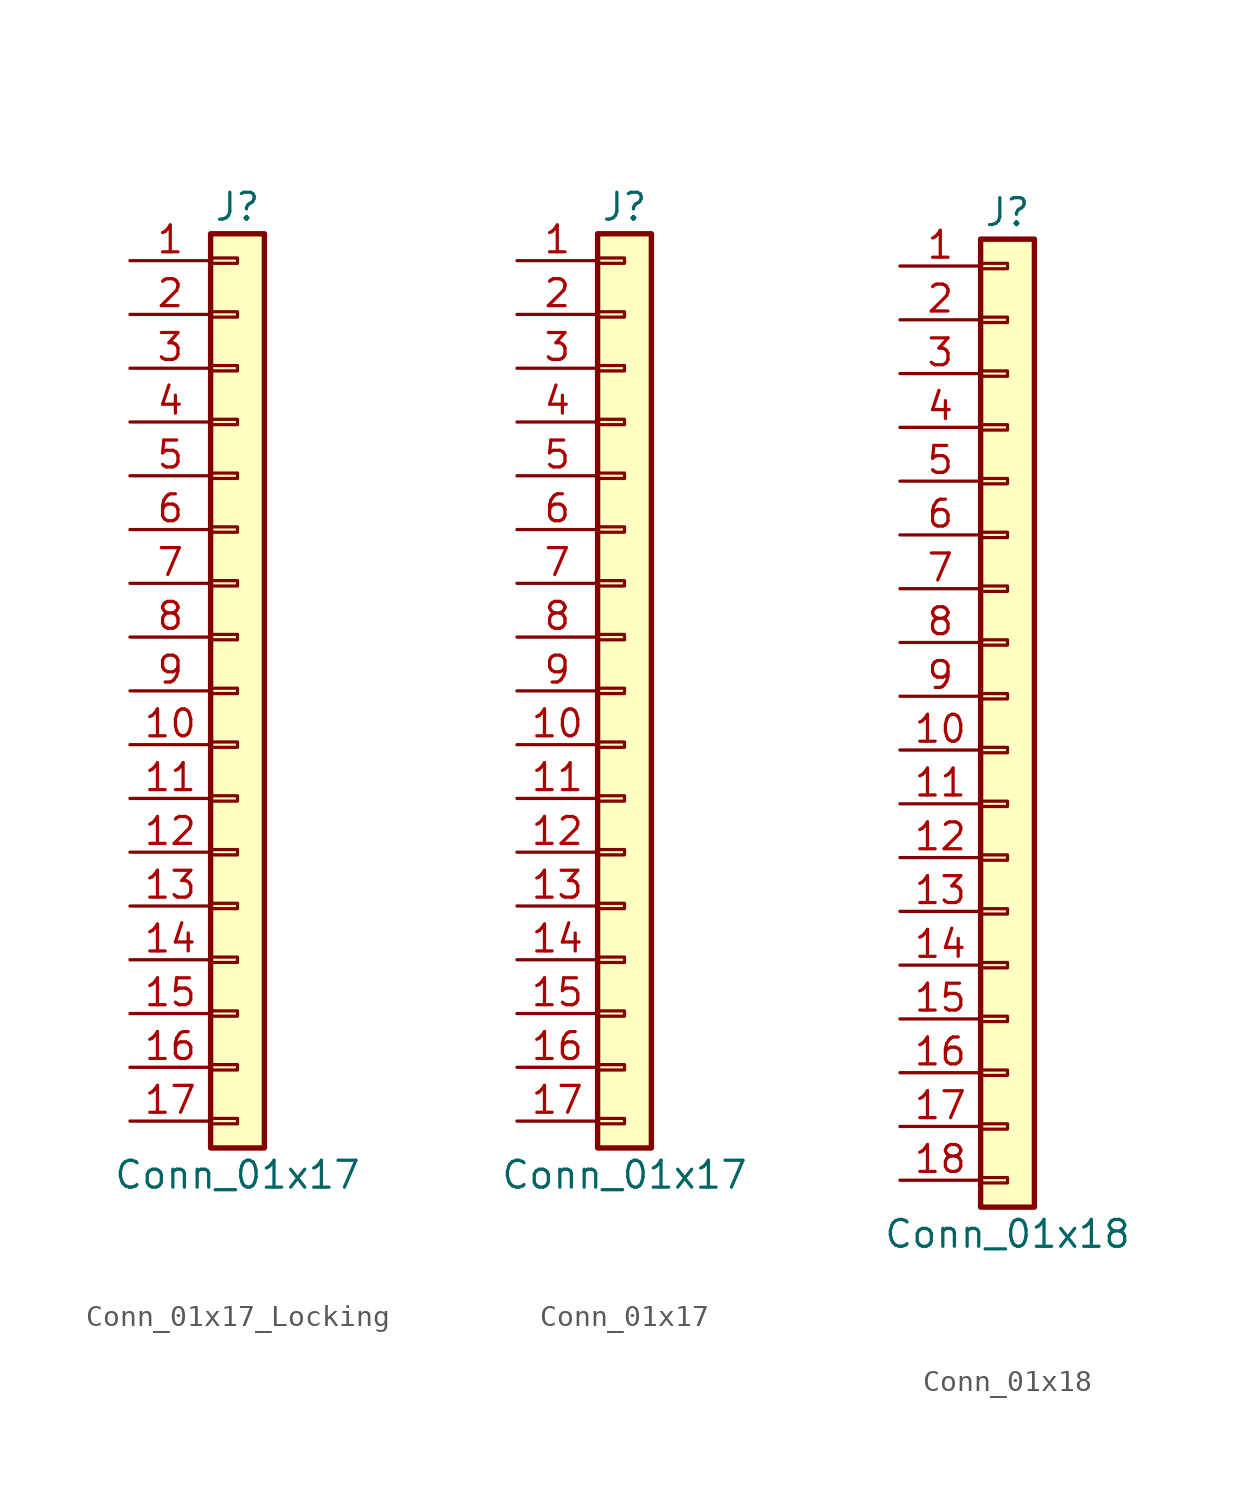
<source format=kicad_sym>
(kicad_symbol_lib
  (version 20241209)
  (generator "kicad_symbol_editor")
  (generator_version "9.0")
  (symbol "Conn_01x17_Locking"
    (pin_names
      (offset 1.016)
      (hide yes))
    (property "Reference" "J"
      (at 0 22.86 0)
      (effects (font (size 1.27 1.27))))
    (property "Value" "Conn_01x17"
      (at 0 -22.86 0)
      (effects (font (size 1.27 1.27))))
    (symbol "Conn_01x17_Locking_1_1"
      (rectangle (start -1.27 21.59) (end 1.27 -21.59) (stroke (width 0.254) (type default)) (fill (type background)))
      (rectangle (start -1.27 20.447) (end 0 20.193) (stroke (width 0.152) (type default)) (fill (type none)))
      (rectangle (start -1.27 17.907) (end 0 17.653) (stroke (width 0.152) (type default)) (fill (type none)))
      (rectangle (start -1.27 15.367) (end 0 15.113) (stroke (width 0.152) (type default)) (fill (type none)))
      (rectangle (start -1.27 12.827) (end 0 12.573) (stroke (width 0.152) (type default)) (fill (type none)))
      (rectangle (start -1.27 10.287) (end 0 10.033) (stroke (width 0.152) (type default)) (fill (type none)))
      (rectangle (start -1.27 7.747) (end 0 7.493) (stroke (width 0.152) (type default)) (fill (type none)))
      (rectangle (start -1.27 5.207) (end 0 4.953) (stroke (width 0.152) (type default)) (fill (type none)))
      (rectangle (start -1.27 2.667) (end 0 2.413) (stroke (width 0.152) (type default)) (fill (type none)))
      (rectangle (start -1.27 0.127) (end 0 -0.127) (stroke (width 0.152) (type default)) (fill (type none)))
      (rectangle (start -1.27 -2.413) (end 0 -2.667) (stroke (width 0.152) (type default)) (fill (type none)))
      (rectangle (start -1.27 -4.953) (end 0 -5.207) (stroke (width 0.152) (type default)) (fill (type none)))
      (rectangle (start -1.27 -7.493) (end 0 -7.747) (stroke (width 0.152) (type default)) (fill (type none)))
      (rectangle (start -1.27 -10.033) (end 0 -10.287) (stroke (width 0.152) (type default)) (fill (type none)))
      (rectangle (start -1.27 -12.573) (end 0 -12.827) (stroke (width 0.152) (type default)) (fill (type none)))
      (rectangle (start -1.27 -15.113) (end 0 -15.367) (stroke (width 0.152) (type default)) (fill (type none)))
      (rectangle (start -1.27 -17.653) (end 0 -17.907) (stroke (width 0.152) (type default)) (fill (type none)))
      (rectangle (start -1.27 -20.193) (end 0 -20.447) (stroke (width 0.152) (type default)) (fill (type none)))
      (pin passive line (at -5.08 20.32 0) (length 3.81) (name "Pin_1" (effects (font (size 1.27 1.27)))) (number "1" (effects (font (size 1.27 1.27)))))
      (pin passive line (at -5.08 17.78 0) (length 3.81) (name "Pin_2" (effects (font (size 1.27 1.27)))) (number "2" (effects (font (size 1.27 1.27)))))
      (pin passive line (at -5.08 15.24 0) (length 3.81) (name "Pin_3" (effects (font (size 1.27 1.27)))) (number "3" (effects (font (size 1.27 1.27)))))
      (pin passive line (at -5.08 12.7 0) (length 3.81) (name "Pin_4" (effects (font (size 1.27 1.27)))) (number "4" (effects (font (size 1.27 1.27)))))
      (pin passive line (at -5.08 10.16 0) (length 3.81) (name "Pin_5" (effects (font (size 1.27 1.27)))) (number "5" (effects (font (size 1.27 1.27)))))
      (pin passive line (at -5.08 7.62 0) (length 3.81) (name "Pin_6" (effects (font (size 1.27 1.27)))) (number "6" (effects (font (size 1.27 1.27)))))
      (pin passive line (at -5.08 5.08 0) (length 3.81) (name "Pin_7" (effects (font (size 1.27 1.27)))) (number "7" (effects (font (size 1.27 1.27)))))
      (pin passive line (at -5.08 2.54 0) (length 3.81) (name "Pin_8" (effects (font (size 1.27 1.27)))) (number "8" (effects (font (size 1.27 1.27)))))
      (pin passive line (at -5.08 0 0) (length 3.81) (name "Pin_9" (effects (font (size 1.27 1.27)))) (number "9" (effects (font (size 1.27 1.27)))))
      (pin passive line (at -5.08 -2.54 0) (length 3.81) (name "Pin_10" (effects (font (size 1.27 1.27)))) (number "10" (effects (font (size 1.27 1.27)))))
      (pin passive line (at -5.08 -5.08 0) (length 3.81) (name "Pin_11" (effects (font (size 1.27 1.27)))) (number "11" (effects (font (size 1.27 1.27)))))
      (pin passive line (at -5.08 -7.62 0) (length 3.81) (name "Pin_12" (effects (font (size 1.27 1.27)))) (number "12" (effects (font (size 1.27 1.27)))))
      (pin passive line (at -5.08 -10.16 0) (length 3.81) (name "Pin_13" (effects (font (size 1.27 1.27)))) (number "13" (effects (font (size 1.27 1.27)))))
      (pin passive line (at -5.08 -12.7 0) (length 3.81) (name "Pin_14" (effects (font (size 1.27 1.27)))) (number "14" (effects (font (size 1.27 1.27)))))
      (pin passive line (at -5.08 -15.24 0) (length 3.81) (name "Pin_15" (effects (font (size 1.27 1.27)))) (number "15" (effects (font (size 1.27 1.27)))))
      (pin passive line (at -5.08 -17.78 0) (length 3.81) (name "Pin_16" (effects (font (size 1.27 1.27)))) (number "16" (effects (font (size 1.27 1.27)))))
      (pin passive line (at -5.08 -20.32 0) (length 3.81) (name "Pin_17" (effects (font (size 1.27 1.27)))) (number "17" (effects (font (size 1.27 1.27)))))))
  (symbol "Conn_01x17"
    (pin_names
      (offset 1.016)
      (hide yes))
    (property "Reference" "J"
      (at 0 22.86 0)
      (effects (font (size 1.27 1.27))))
    (property "Value" "Conn_01x17"
      (at 0 -22.86 0)
      (effects (font (size 1.27 1.27))))
    (symbol "Conn_01x17_1_1"
      (rectangle (start -1.27 21.59) (end 1.27 -21.59) (stroke (width 0.254) (type default)) (fill (type background)))
      (rectangle (start -1.27 20.447) (end 0 20.193) (stroke (width 0.152) (type default)) (fill (type none)))
      (rectangle (start -1.27 17.907) (end 0 17.653) (stroke (width 0.152) (type default)) (fill (type none)))
      (rectangle (start -1.27 15.367) (end 0 15.113) (stroke (width 0.152) (type default)) (fill (type none)))
      (rectangle (start -1.27 12.827) (end 0 12.573) (stroke (width 0.152) (type default)) (fill (type none)))
      (rectangle (start -1.27 10.287) (end 0 10.033) (stroke (width 0.152) (type default)) (fill (type none)))
      (rectangle (start -1.27 7.747) (end 0 7.493) (stroke (width 0.152) (type default)) (fill (type none)))
      (rectangle (start -1.27 5.207) (end 0 4.953) (stroke (width 0.152) (type default)) (fill (type none)))
      (rectangle (start -1.27 2.667) (end 0 2.413) (stroke (width 0.152) (type default)) (fill (type none)))
      (rectangle (start -1.27 0.127) (end 0 -0.127) (stroke (width 0.152) (type default)) (fill (type none)))
      (rectangle (start -1.27 -2.413) (end 0 -2.667) (stroke (width 0.152) (type default)) (fill (type none)))
      (rectangle (start -1.27 -4.953) (end 0 -5.207) (stroke (width 0.152) (type default)) (fill (type none)))
      (rectangle (start -1.27 -7.493) (end 0 -7.747) (stroke (width 0.152) (type default)) (fill (type none)))
      (rectangle (start -1.27 -10.033) (end 0 -10.287) (stroke (width 0.152) (type default)) (fill (type none)))
      (rectangle (start -1.27 -12.573) (end 0 -12.827) (stroke (width 0.152) (type default)) (fill (type none)))
      (rectangle (start -1.27 -15.113) (end 0 -15.367) (stroke (width 0.152) (type default)) (fill (type none)))
      (rectangle (start -1.27 -17.653) (end 0 -17.907) (stroke (width 0.152) (type default)) (fill (type none)))
      (rectangle (start -1.27 -20.193) (end 0 -20.447) (stroke (width 0.152) (type default)) (fill (type none)))
      (pin passive line (at -5.08 20.32 0) (length 3.81) (name "Pin_1" (effects (font (size 1.27 1.27)))) (number "1" (effects (font (size 1.27 1.27)))))
      (pin passive line (at -5.08 17.78 0) (length 3.81) (name "Pin_2" (effects (font (size 1.27 1.27)))) (number "2" (effects (font (size 1.27 1.27)))))
      (pin passive line (at -5.08 15.24 0) (length 3.81) (name "Pin_3" (effects (font (size 1.27 1.27)))) (number "3" (effects (font (size 1.27 1.27)))))
      (pin passive line (at -5.08 12.7 0) (length 3.81) (name "Pin_4" (effects (font (size 1.27 1.27)))) (number "4" (effects (font (size 1.27 1.27)))))
      (pin passive line (at -5.08 10.16 0) (length 3.81) (name "Pin_5" (effects (font (size 1.27 1.27)))) (number "5" (effects (font (size 1.27 1.27)))))
      (pin passive line (at -5.08 7.62 0) (length 3.81) (name "Pin_6" (effects (font (size 1.27 1.27)))) (number "6" (effects (font (size 1.27 1.27)))))
      (pin passive line (at -5.08 5.08 0) (length 3.81) (name "Pin_7" (effects (font (size 1.27 1.27)))) (number "7" (effects (font (size 1.27 1.27)))))
      (pin passive line (at -5.08 2.54 0) (length 3.81) (name "Pin_8" (effects (font (size 1.27 1.27)))) (number "8" (effects (font (size 1.27 1.27)))))
      (pin passive line (at -5.08 0 0) (length 3.81) (name "Pin_9" (effects (font (size 1.27 1.27)))) (number "9" (effects (font (size 1.27 1.27)))))
      (pin passive line (at -5.08 -2.54 0) (length 3.81) (name "Pin_10" (effects (font (size 1.27 1.27)))) (number "10" (effects (font (size 1.27 1.27)))))
      (pin passive line (at -5.08 -5.08 0) (length 3.81) (name "Pin_11" (effects (font (size 1.27 1.27)))) (number "11" (effects (font (size 1.27 1.27)))))
      (pin passive line (at -5.08 -7.62 0) (length 3.81) (name "Pin_12" (effects (font (size 1.27 1.27)))) (number "12" (effects (font (size 1.27 1.27)))))
      (pin passive line (at -5.08 -10.16 0) (length 3.81) (name "Pin_13" (effects (font (size 1.27 1.27)))) (number "13" (effects (font (size 1.27 1.27)))))
      (pin passive line (at -5.08 -12.7 0) (length 3.81) (name "Pin_14" (effects (font (size 1.27 1.27)))) (number "14" (effects (font (size 1.27 1.27)))))
      (pin passive line (at -5.08 -15.24 0) (length 3.81) (name "Pin_15" (effects (font (size 1.27 1.27)))) (number "15" (effects (font (size 1.27 1.27)))))
      (pin passive line (at -5.08 -17.78 0) (length 3.81) (name "Pin_16" (effects (font (size 1.27 1.27)))) (number "16" (effects (font (size 1.27 1.27)))))
      (pin passive line (at -5.08 -20.32 0) (length 3.81) (name "Pin_17" (effects (font (size 1.27 1.27)))) (number "17" (effects (font (size 1.27 1.27)))))))
  (symbol "Conn_01x18"
    (pin_names
      (offset 1.016)
      (hide yes))
    (property "Reference" "J"
      (at 0 22.86 0)
      (effects (font (size 1.27 1.27))))
    (property "Value" "Conn_01x18"
      (at 0 -25.4 0)
      (effects (font (size 1.27 1.27))))
    (symbol "Conn_01x18_1_1"
      (rectangle (start -1.27 21.59) (end 1.27 -24.13) (stroke (width 0.254) (type default)) (fill (type background)))
      (rectangle (start -1.27 20.447) (end 0 20.193) (stroke (width 0.152) (type default)) (fill (type none)))
      (rectangle (start -1.27 17.907) (end 0 17.653) (stroke (width 0.152) (type default)) (fill (type none)))
      (rectangle (start -1.27 15.367) (end 0 15.113) (stroke (width 0.152) (type default)) (fill (type none)))
      (rectangle (start -1.27 12.827) (end 0 12.573) (stroke (width 0.152) (type default)) (fill (type none)))
      (rectangle (start -1.27 10.287) (end 0 10.033) (stroke (width 0.152) (type default)) (fill (type none)))
      (rectangle (start -1.27 7.747) (end 0 7.493) (stroke (width 0.152) (type default)) (fill (type none)))
      (rectangle (start -1.27 5.207) (end 0 4.953) (stroke (width 0.152) (type default)) (fill (type none)))
      (rectangle (start -1.27 2.667) (end 0 2.413) (stroke (width 0.152) (type default)) (fill (type none)))
      (rectangle (start -1.27 0.127) (end 0 -0.127) (stroke (width 0.152) (type default)) (fill (type none)))
      (rectangle (start -1.27 -2.413) (end 0 -2.667) (stroke (width 0.152) (type default)) (fill (type none)))
      (rectangle (start -1.27 -4.953) (end 0 -5.207) (stroke (width 0.152) (type default)) (fill (type none)))
      (rectangle (start -1.27 -7.493) (end 0 -7.747) (stroke (width 0.152) (type default)) (fill (type none)))
      (rectangle (start -1.27 -10.033) (end 0 -10.287) (stroke (width 0.152) (type default)) (fill (type none)))
      (rectangle (start -1.27 -12.573) (end 0 -12.827) (stroke (width 0.152) (type default)) (fill (type none)))
      (rectangle (start -1.27 -15.113) (end 0 -15.367) (stroke (width 0.152) (type default)) (fill (type none)))
      (rectangle (start -1.27 -17.653) (end 0 -17.907) (stroke (width 0.152) (type default)) (fill (type none)))
      (rectangle (start -1.27 -20.193) (end 0 -20.447) (stroke (width 0.152) (type default)) (fill (type none)))
      (rectangle (start -1.27 -22.733) (end 0 -22.987) (stroke (width 0.152) (type default)) (fill (type none)))
      (pin passive line (at -5.08 20.32 0) (length 3.81) (name "Pin_1" (effects (font (size 1.27 1.27)))) (number "1" (effects (font (size 1.27 1.27)))))
      (pin passive line (at -5.08 17.78 0) (length 3.81) (name "Pin_2" (effects (font (size 1.27 1.27)))) (number "2" (effects (font (size 1.27 1.27)))))
      (pin passive line (at -5.08 15.24 0) (length 3.81) (name "Pin_3" (effects (font (size 1.27 1.27)))) (number "3" (effects (font (size 1.27 1.27)))))
      (pin passive line (at -5.08 12.7 0) (length 3.81) (name "Pin_4" (effects (font (size 1.27 1.27)))) (number "4" (effects (font (size 1.27 1.27)))))
      (pin passive line (at -5.08 10.16 0) (length 3.81) (name "Pin_5" (effects (font (size 1.27 1.27)))) (number "5" (effects (font (size 1.27 1.27)))))
      (pin passive line (at -5.08 7.62 0) (length 3.81) (name "Pin_6" (effects (font (size 1.27 1.27)))) (number "6" (effects (font (size 1.27 1.27)))))
      (pin passive line (at -5.08 5.08 0) (length 3.81) (name "Pin_7" (effects (font (size 1.27 1.27)))) (number "7" (effects (font (size 1.27 1.27)))))
      (pin passive line (at -5.08 2.54 0) (length 3.81) (name "Pin_8" (effects (font (size 1.27 1.27)))) (number "8" (effects (font (size 1.27 1.27)))))
      (pin passive line (at -5.08 0 0) (length 3.81) (name "Pin_9" (effects (font (size 1.27 1.27)))) (number "9" (effects (font (size 1.27 1.27)))))
      (pin passive line (at -5.08 -2.54 0) (length 3.81) (name "Pin_10" (effects (font (size 1.27 1.27)))) (number "10" (effects (font (size 1.27 1.27)))))
      (pin passive line (at -5.08 -5.08 0) (length 3.81) (name "Pin_11" (effects (font (size 1.27 1.27)))) (number "11" (effects (font (size 1.27 1.27)))))
      (pin passive line (at -5.08 -7.62 0) (length 3.81) (name "Pin_12" (effects (font (size 1.27 1.27)))) (number "12" (effects (font (size 1.27 1.27)))))
      (pin passive line (at -5.08 -10.16 0) (length 3.81) (name "Pin_13" (effects (font (size 1.27 1.27)))) (number "13" (effects (font (size 1.27 1.27)))))
      (pin passive line (at -5.08 -12.7 0) (length 3.81) (name "Pin_14" (effects (font (size 1.27 1.27)))) (number "14" (effects (font (size 1.27 1.27)))))
      (pin passive line (at -5.08 -15.24 0) (length 3.81) (name "Pin_15" (effects (font (size 1.27 1.27)))) (number "15" (effects (font (size 1.27 1.27)))))
      (pin passive line (at -5.08 -17.78 0) (length 3.81) (name "Pin_16" (effects (font (size 1.27 1.27)))) (number "16" (effects (font (size 1.27 1.27)))))
      (pin passive line (at -5.08 -20.32 0) (length 3.81) (name "Pin_17" (effects (font (size 1.27 1.27)))) (number "17" (effects (font (size 1.27 1.27)))))
      (pin passive line (at -5.08 -22.86 0) (length 3.81) (name "Pin_18" (effects (font (size 1.27 1.27)))) (number "18" (effects (font (size 1.27 1.27))))))))
</source>
